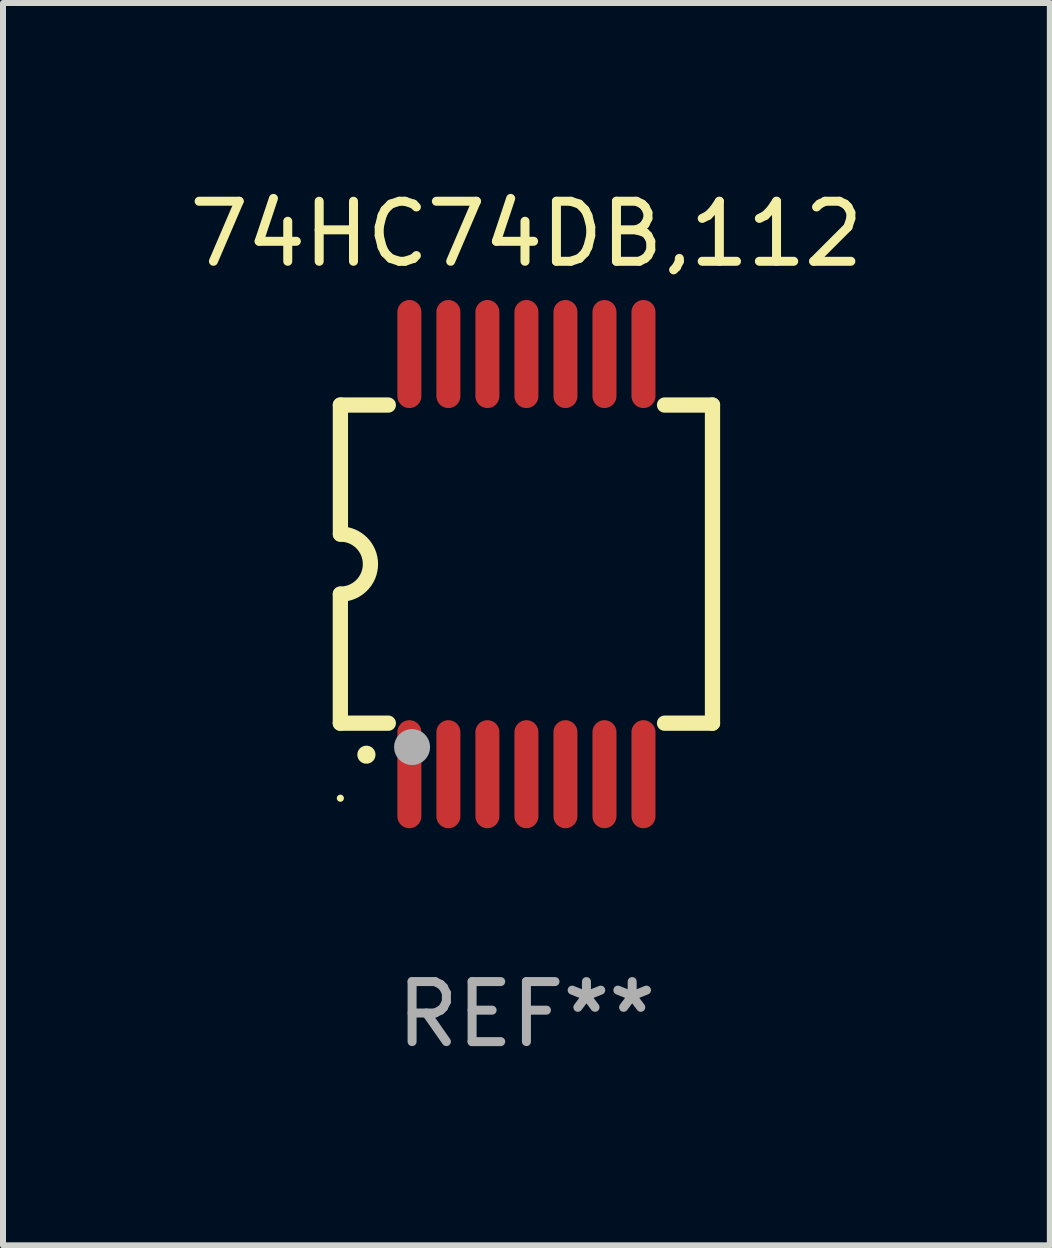
<source format=kicad_pcb>
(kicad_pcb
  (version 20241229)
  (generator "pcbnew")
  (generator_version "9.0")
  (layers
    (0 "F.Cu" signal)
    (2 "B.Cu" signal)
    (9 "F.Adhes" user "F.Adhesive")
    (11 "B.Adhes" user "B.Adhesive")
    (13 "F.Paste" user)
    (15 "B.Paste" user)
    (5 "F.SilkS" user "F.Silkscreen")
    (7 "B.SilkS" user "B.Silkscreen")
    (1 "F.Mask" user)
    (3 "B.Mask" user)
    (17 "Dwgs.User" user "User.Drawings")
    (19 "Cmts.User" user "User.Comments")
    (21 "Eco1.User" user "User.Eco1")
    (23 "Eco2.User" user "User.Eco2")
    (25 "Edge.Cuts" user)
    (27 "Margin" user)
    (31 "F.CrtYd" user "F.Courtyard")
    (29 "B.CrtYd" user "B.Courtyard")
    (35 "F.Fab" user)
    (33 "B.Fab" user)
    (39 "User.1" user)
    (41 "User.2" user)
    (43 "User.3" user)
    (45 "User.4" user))
  (footprint "74HC74DB,112"
    (layer "F.Cu")
    (at 5.72 6.348)
    (property "Reference" "74HC74DB,112" (at 0 -5.5 0) (layer "F.SilkS") (effects (font (size 1 1) (thickness 0.15))))
    (attr through_hole)
    (fp_line (start -3.1 2.65) (end -3.1 0.5) (stroke (width 0.254) (type solid)) (layer "F.SilkS"))
    (fp_line (start -3.099 -2.65) (end -2.301 -2.65) (stroke (width 0.254) (type solid)) (layer "F.SilkS"))
    (fp_line (start -3.099 -0.5) (end -3.099 -2.65) (stroke (width 0.254) (type solid)) (layer "F.SilkS"))
    (fp_line (start -2.301 2.65) (end -3.1 2.65) (stroke (width 0.254) (type solid)) (layer "F.SilkS"))
    (fp_line (start 2.301 -2.65) (end 3.1 -2.65) (stroke (width 0.254) (type solid)) (layer "F.SilkS"))
    (fp_line (start 3.1 -2.65) (end 3.1 2.65) (stroke (width 0.254) (type solid)) (layer "F.SilkS"))
    (fp_line (start 3.1 2.65) (end 2.301 2.65) (stroke (width 0.254) (type solid)) (layer "F.SilkS"))
    (fp_arc (start -3.098806 -0.500381) (mid -2.598806 0) (end -3.098806 0.500381) (stroke (width 0.254001) (type solid)) (layer "F.SilkS"))
    (fp_arc (start -2.667005 3.175006) (mid -2.665735 3.175001) (end -2.664465 3.175006) (stroke (width 0.3) (type solid)) (layer "F.SilkS"))
    (fp_circle (center -3.1 3.9) (end -3.07 3.9) (stroke (width 0.06) (type solid)) (fill no) (layer "F.SilkS"))
    (fp_circle (center -1.905 3.048) (end -1.755 3.048) (stroke (width 0.3) (type solid)) (fill no) (layer "F.Fab"))
    (fp_text user "REF**" (at 0 7.5 0) (layer "F.Fab") (effects (font (size 1 1) (thickness 0.15))))
    (pad "1" smd oval (at -1.95 3.5 270) (size 1.8 0.4) (layers "F.Cu" "F.Mask" "F.Paste"))
    (pad "2" smd oval (at -1.3 3.5 270) (size 1.8 0.4) (layers "F.Cu" "F.Mask" "F.Paste"))
    (pad "3" smd oval (at -0.65 3.5 270) (size 1.8 0.4) (layers "F.Cu" "F.Mask" "F.Paste"))
    (pad "4" smd oval (at 0 3.5 270) (size 1.8 0.4) (layers "F.Cu" "F.Mask" "F.Paste"))
    (pad "5" smd oval (at 0.65 3.5 270) (size 1.8 0.4) (layers "F.Cu" "F.Mask" "F.Paste"))
    (pad "6" smd oval (at 1.3 3.5 270) (size 1.8 0.4) (layers "F.Cu" "F.Mask" "F.Paste"))
    (pad "7" smd oval (at 1.95 3.5 270) (size 1.8 0.4) (layers "F.Cu" "F.Mask" "F.Paste"))
    (pad "8" smd oval (at 1.95 -3.5 90) (size 1.8 0.4) (layers "F.Cu" "F.Mask" "F.Paste"))
    (pad "9" smd oval (at 1.3 -3.5 90) (size 1.8 0.4) (layers "F.Cu" "F.Mask" "F.Paste"))
    (pad "10" smd oval (at 0.65 -3.5 90) (size 1.8 0.4) (layers "F.Cu" "F.Mask" "F.Paste"))
    (pad "11" smd oval (at 0 -3.5 90) (size 1.8 0.4) (layers "F.Cu" "F.Mask" "F.Paste"))
    (pad "12" smd oval (at -0.65 -3.5 90) (size 1.8 0.4) (layers "F.Cu" "F.Mask" "F.Paste"))
    (pad "13" smd oval (at -1.3 -3.5 90) (size 1.8 0.4) (layers "F.Cu" "F.Mask" "F.Paste"))
    (pad "14" smd oval (at -1.95 -3.5 90) (size 1.8 0.4) (layers "F.Cu" "F.Mask" "F.Paste")))
  (gr_rect
    (start -3 -3)
    (end 14.44 17.697)
    (stroke (width 0.1) (type default))
    (fill no)
    (layer "Edge.Cuts")))
</source>
